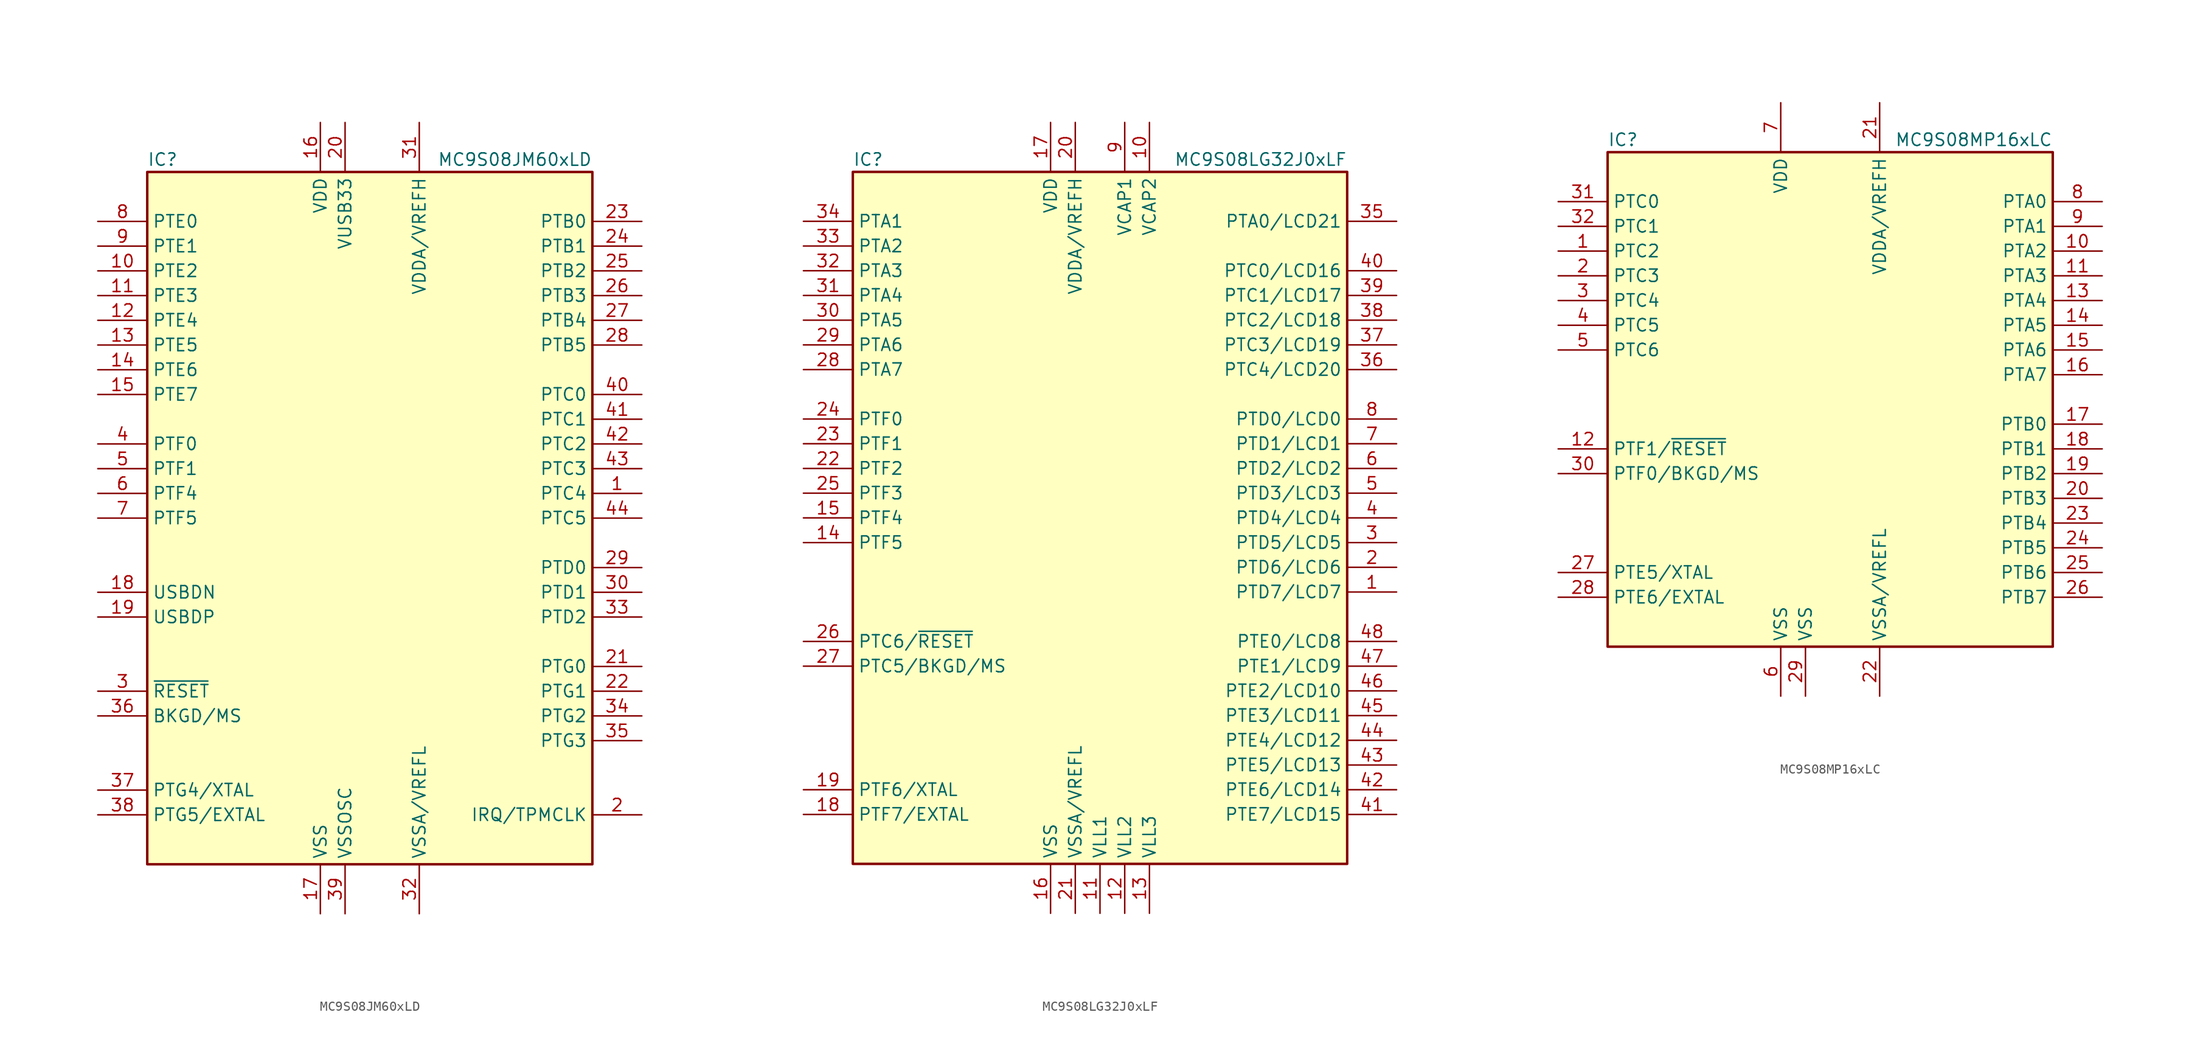
<source format=kicad_sym>
(kicad_symbol_lib
  (version 20220914)
  (generator kicad_symbol_editor)
  (symbol "MC9S08JM60xLD"
    (property "Reference" "IC"
      (at -22.86 36.83 0)
      (effects (font (size 1.27 1.27)) (justify left)))
    (property "Value" "MC9S08JM60xLD"
      (at 22.86 36.83 0)
      (effects (font (size 1.27 1.27)) (justify right)))
    (symbol "MC9S08JM60xLD_0_1"
      (rectangle (start -22.86 35.56) (end 22.86 -35.56) (stroke (width 0.254) (type default)) (fill (type background))))
    (symbol "MC9S08JM60xLD_1_1"
      (pin bidirectional line (at 27.94 2.54 180) (length 5.08) (name "PTC4" (effects (font (size 1.27 1.27)))) (number "1" (effects (font (size 1.27 1.27)))))
      (pin bidirectional line (at -27.94 25.4 0) (length 5.08) (name "PTE2" (effects (font (size 1.27 1.27)))) (number "10" (effects (font (size 1.27 1.27)))))
      (pin bidirectional line (at -27.94 22.86 0) (length 5.08) (name "PTE3" (effects (font (size 1.27 1.27)))) (number "11" (effects (font (size 1.27 1.27)))))
      (pin bidirectional line (at -27.94 20.32 0) (length 5.08) (name "PTE4" (effects (font (size 1.27 1.27)))) (number "12" (effects (font (size 1.27 1.27)))))
      (pin bidirectional line (at -27.94 17.78 0) (length 5.08) (name "PTE5" (effects (font (size 1.27 1.27)))) (number "13" (effects (font (size 1.27 1.27)))))
      (pin bidirectional line (at -27.94 15.24 0) (length 5.08) (name "PTE6" (effects (font (size 1.27 1.27)))) (number "14" (effects (font (size 1.27 1.27)))))
      (pin bidirectional line (at -27.94 12.7 0) (length 5.08) (name "PTE7" (effects (font (size 1.27 1.27)))) (number "15" (effects (font (size 1.27 1.27)))))
      (pin power_in line (at -5.08 40.64 270) (length 5.08) (name "VDD" (effects (font (size 1.27 1.27)))) (number "16" (effects (font (size 1.27 1.27)))))
      (pin power_in line (at -5.08 -40.64 90) (length 5.08) (name "VSS" (effects (font (size 1.27 1.27)))) (number "17" (effects (font (size 1.27 1.27)))))
      (pin bidirectional line (at -27.94 -7.62 0) (length 5.08) (name "USBDN" (effects (font (size 1.27 1.27)))) (number "18" (effects (font (size 1.27 1.27)))))
      (pin bidirectional line (at -27.94 -10.16 0) (length 5.08) (name "USBDP" (effects (font (size 1.27 1.27)))) (number "19" (effects (font (size 1.27 1.27)))))
      (pin bidirectional line (at 27.94 -30.48 180) (length 5.08) (name "IRQ/TPMCLK" (effects (font (size 1.27 1.27)))) (number "2" (effects (font (size 1.27 1.27)))))
      (pin power_out line (at -2.54 40.64 270) (length 5.08) (name "VUSB33" (effects (font (size 1.27 1.27)))) (number "20" (effects (font (size 1.27 1.27)))))
      (pin bidirectional line (at 27.94 -15.24 180) (length 5.08) (name "PTG0" (effects (font (size 1.27 1.27)))) (number "21" (effects (font (size 1.27 1.27)))))
      (pin bidirectional line (at 27.94 -17.78 180) (length 5.08) (name "PTG1" (effects (font (size 1.27 1.27)))) (number "22" (effects (font (size 1.27 1.27)))))
      (pin bidirectional line (at 27.94 30.48 180) (length 5.08) (name "PTB0" (effects (font (size 1.27 1.27)))) (number "23" (effects (font (size 1.27 1.27)))))
      (pin bidirectional line (at 27.94 27.94 180) (length 5.08) (name "PTB1" (effects (font (size 1.27 1.27)))) (number "24" (effects (font (size 1.27 1.27)))))
      (pin bidirectional line (at 27.94 25.4 180) (length 5.08) (name "PTB2" (effects (font (size 1.27 1.27)))) (number "25" (effects (font (size 1.27 1.27)))))
      (pin bidirectional line (at 27.94 22.86 180) (length 5.08) (name "PTB3" (effects (font (size 1.27 1.27)))) (number "26" (effects (font (size 1.27 1.27)))))
      (pin bidirectional line (at 27.94 20.32 180) (length 5.08) (name "PTB4" (effects (font (size 1.27 1.27)))) (number "27" (effects (font (size 1.27 1.27)))))
      (pin bidirectional line (at 27.94 17.78 180) (length 5.08) (name "PTB5" (effects (font (size 1.27 1.27)))) (number "28" (effects (font (size 1.27 1.27)))))
      (pin bidirectional line (at 27.94 -5.08 180) (length 5.08) (name "PTD0" (effects (font (size 1.27 1.27)))) (number "29" (effects (font (size 1.27 1.27)))))
      (pin input line (at -27.94 -17.78 0) (length 5.08) (name "~{RESET}" (effects (font (size 1.27 1.27)))) (number "3" (effects (font (size 1.27 1.27)))))
      (pin bidirectional line (at 27.94 -7.62 180) (length 5.08) (name "PTD1" (effects (font (size 1.27 1.27)))) (number "30" (effects (font (size 1.27 1.27)))))
      (pin power_in line (at 5.08 40.64 270) (length 5.08) (name "VDDA/VREFH" (effects (font (size 1.27 1.27)))) (number "31" (effects (font (size 1.27 1.27)))))
      (pin power_in line (at 5.08 -40.64 90) (length 5.08) (name "VSSA/VREFL" (effects (font (size 1.27 1.27)))) (number "32" (effects (font (size 1.27 1.27)))))
      (pin bidirectional line (at 27.94 -10.16 180) (length 5.08) (name "PTD2" (effects (font (size 1.27 1.27)))) (number "33" (effects (font (size 1.27 1.27)))))
      (pin bidirectional line (at 27.94 -20.32 180) (length 5.08) (name "PTG2" (effects (font (size 1.27 1.27)))) (number "34" (effects (font (size 1.27 1.27)))))
      (pin bidirectional line (at 27.94 -22.86 180) (length 5.08) (name "PTG3" (effects (font (size 1.27 1.27)))) (number "35" (effects (font (size 1.27 1.27)))))
      (pin bidirectional line (at -27.94 -20.32 0) (length 5.08) (name "BKGD/MS" (effects (font (size 1.27 1.27)))) (number "36" (effects (font (size 1.27 1.27)))))
      (pin bidirectional line (at -27.94 -27.94 0) (length 5.08) (name "PTG4/XTAL" (effects (font (size 1.27 1.27)))) (number "37" (effects (font (size 1.27 1.27)))))
      (pin bidirectional line (at -27.94 -30.48 0) (length 5.08) (name "PTG5/EXTAL" (effects (font (size 1.27 1.27)))) (number "38" (effects (font (size 1.27 1.27)))))
      (pin power_in line (at -2.54 -40.64 90) (length 5.08) (name "VSSOSC" (effects (font (size 1.27 1.27)))) (number "39" (effects (font (size 1.27 1.27)))))
      (pin bidirectional line (at -27.94 7.62 0) (length 5.08) (name "PTF0" (effects (font (size 1.27 1.27)))) (number "4" (effects (font (size 1.27 1.27)))))
      (pin bidirectional line (at 27.94 12.7 180) (length 5.08) (name "PTC0" (effects (font (size 1.27 1.27)))) (number "40" (effects (font (size 1.27 1.27)))))
      (pin bidirectional line (at 27.94 10.16 180) (length 5.08) (name "PTC1" (effects (font (size 1.27 1.27)))) (number "41" (effects (font (size 1.27 1.27)))))
      (pin bidirectional line (at 27.94 7.62 180) (length 5.08) (name "PTC2" (effects (font (size 1.27 1.27)))) (number "42" (effects (font (size 1.27 1.27)))))
      (pin bidirectional line (at 27.94 5.08 180) (length 5.08) (name "PTC3" (effects (font (size 1.27 1.27)))) (number "43" (effects (font (size 1.27 1.27)))))
      (pin bidirectional line (at 27.94 0 180) (length 5.08) (name "PTC5" (effects (font (size 1.27 1.27)))) (number "44" (effects (font (size 1.27 1.27)))))
      (pin bidirectional line (at -27.94 5.08 0) (length 5.08) (name "PTF1" (effects (font (size 1.27 1.27)))) (number "5" (effects (font (size 1.27 1.27)))))
      (pin bidirectional line (at -27.94 2.54 0) (length 5.08) (name "PTF4" (effects (font (size 1.27 1.27)))) (number "6" (effects (font (size 1.27 1.27)))))
      (pin bidirectional line (at -27.94 0 0) (length 5.08) (name "PTF5" (effects (font (size 1.27 1.27)))) (number "7" (effects (font (size 1.27 1.27)))))
      (pin bidirectional line (at -27.94 30.48 0) (length 5.08) (name "PTE0" (effects (font (size 1.27 1.27)))) (number "8" (effects (font (size 1.27 1.27)))))
      (pin bidirectional line (at -27.94 27.94 0) (length 5.08) (name "PTE1" (effects (font (size 1.27 1.27)))) (number "9" (effects (font (size 1.27 1.27)))))))
  (symbol "MC9S08LG32J0xLF"
    (property "Reference" "IC"
      (at -25.4 36.83 0)
      (effects (font (size 1.27 1.27)) (justify left)))
    (property "Value" "MC9S08LG32J0xLF"
      (at 25.4 36.83 0)
      (effects (font (size 1.27 1.27)) (justify right)))
    (symbol "MC9S08LG32J0xLF_0_1"
      (rectangle (start -25.4 35.56) (end 25.4 -35.56) (stroke (width 0.254) (type default)) (fill (type background))))
    (symbol "MC9S08LG32J0xLF_1_1"
      (pin bidirectional line (at 30.48 -7.62 180) (length 5.08) (name "PTD7/LCD7" (effects (font (size 1.27 1.27)))) (number "1" (effects (font (size 1.27 1.27)))))
      (pin power_in line (at 5.08 40.64 270) (length 5.08) (name "VCAP2" (effects (font (size 1.27 1.27)))) (number "10" (effects (font (size 1.27 1.27)))))
      (pin power_in line (at 0 -40.64 90) (length 5.08) (name "VLL1" (effects (font (size 1.27 1.27)))) (number "11" (effects (font (size 1.27 1.27)))))
      (pin power_in line (at 2.54 -40.64 90) (length 5.08) (name "VLL2" (effects (font (size 1.27 1.27)))) (number "12" (effects (font (size 1.27 1.27)))))
      (pin power_in line (at 5.08 -40.64 90) (length 5.08) (name "VLL3" (effects (font (size 1.27 1.27)))) (number "13" (effects (font (size 1.27 1.27)))))
      (pin bidirectional line (at -30.48 -2.54 0) (length 5.08) (name "PTF5" (effects (font (size 1.27 1.27)))) (number "14" (effects (font (size 1.27 1.27)))))
      (pin bidirectional line (at -30.48 0 0) (length 5.08) (name "PTF4" (effects (font (size 1.27 1.27)))) (number "15" (effects (font (size 1.27 1.27)))))
      (pin power_in line (at -5.08 -40.64 90) (length 5.08) (name "VSS" (effects (font (size 1.27 1.27)))) (number "16" (effects (font (size 1.27 1.27)))))
      (pin power_in line (at -5.08 40.64 270) (length 5.08) (name "VDD" (effects (font (size 1.27 1.27)))) (number "17" (effects (font (size 1.27 1.27)))))
      (pin bidirectional line (at -30.48 -30.48 0) (length 5.08) (name "PTF7/EXTAL" (effects (font (size 1.27 1.27)))) (number "18" (effects (font (size 1.27 1.27)))))
      (pin bidirectional line (at -30.48 -27.94 0) (length 5.08) (name "PTF6/XTAL" (effects (font (size 1.27 1.27)))) (number "19" (effects (font (size 1.27 1.27)))))
      (pin bidirectional line (at 30.48 -5.08 180) (length 5.08) (name "PTD6/LCD6" (effects (font (size 1.27 1.27)))) (number "2" (effects (font (size 1.27 1.27)))))
      (pin power_in line (at -2.54 40.64 270) (length 5.08) (name "VDDA/VREFH" (effects (font (size 1.27 1.27)))) (number "20" (effects (font (size 1.27 1.27)))))
      (pin power_in line (at -2.54 -40.64 90) (length 5.08) (name "VSSA/VREFL" (effects (font (size 1.27 1.27)))) (number "21" (effects (font (size 1.27 1.27)))))
      (pin bidirectional line (at -30.48 5.08 0) (length 5.08) (name "PTF2" (effects (font (size 1.27 1.27)))) (number "22" (effects (font (size 1.27 1.27)))))
      (pin bidirectional line (at -30.48 7.62 0) (length 5.08) (name "PTF1" (effects (font (size 1.27 1.27)))) (number "23" (effects (font (size 1.27 1.27)))))
      (pin bidirectional line (at -30.48 10.16 0) (length 5.08) (name "PTF0" (effects (font (size 1.27 1.27)))) (number "24" (effects (font (size 1.27 1.27)))))
      (pin bidirectional line (at -30.48 2.54 0) (length 5.08) (name "PTF3" (effects (font (size 1.27 1.27)))) (number "25" (effects (font (size 1.27 1.27)))))
      (pin bidirectional line (at -30.48 -12.7 0) (length 5.08) (name "PTC6/~{RESET}" (effects (font (size 1.27 1.27)))) (number "26" (effects (font (size 1.27 1.27)))))
      (pin bidirectional line (at -30.48 -15.24 0) (length 5.08) (name "PTC5/BKGD/MS" (effects (font (size 1.27 1.27)))) (number "27" (effects (font (size 1.27 1.27)))))
      (pin bidirectional line (at -30.48 15.24 0) (length 5.08) (name "PTA7" (effects (font (size 1.27 1.27)))) (number "28" (effects (font (size 1.27 1.27)))))
      (pin bidirectional line (at -30.48 17.78 0) (length 5.08) (name "PTA6" (effects (font (size 1.27 1.27)))) (number "29" (effects (font (size 1.27 1.27)))))
      (pin bidirectional line (at 30.48 -2.54 180) (length 5.08) (name "PTD5/LCD5" (effects (font (size 1.27 1.27)))) (number "3" (effects (font (size 1.27 1.27)))))
      (pin bidirectional line (at -30.48 20.32 0) (length 5.08) (name "PTA5" (effects (font (size 1.27 1.27)))) (number "30" (effects (font (size 1.27 1.27)))))
      (pin bidirectional line (at -30.48 22.86 0) (length 5.08) (name "PTA4" (effects (font (size 1.27 1.27)))) (number "31" (effects (font (size 1.27 1.27)))))
      (pin bidirectional line (at -30.48 25.4 0) (length 5.08) (name "PTA3" (effects (font (size 1.27 1.27)))) (number "32" (effects (font (size 1.27 1.27)))))
      (pin bidirectional line (at -30.48 27.94 0) (length 5.08) (name "PTA2" (effects (font (size 1.27 1.27)))) (number "33" (effects (font (size 1.27 1.27)))))
      (pin bidirectional line (at -30.48 30.48 0) (length 5.08) (name "PTA1" (effects (font (size 1.27 1.27)))) (number "34" (effects (font (size 1.27 1.27)))))
      (pin bidirectional line (at 30.48 30.48 180) (length 5.08) (name "PTA0/LCD21" (effects (font (size 1.27 1.27)))) (number "35" (effects (font (size 1.27 1.27)))))
      (pin bidirectional line (at 30.48 15.24 180) (length 5.08) (name "PTC4/LCD20" (effects (font (size 1.27 1.27)))) (number "36" (effects (font (size 1.27 1.27)))))
      (pin bidirectional line (at 30.48 17.78 180) (length 5.08) (name "PTC3/LCD19" (effects (font (size 1.27 1.27)))) (number "37" (effects (font (size 1.27 1.27)))))
      (pin bidirectional line (at 30.48 20.32 180) (length 5.08) (name "PTC2/LCD18" (effects (font (size 1.27 1.27)))) (number "38" (effects (font (size 1.27 1.27)))))
      (pin bidirectional line (at 30.48 22.86 180) (length 5.08) (name "PTC1/LCD17" (effects (font (size 1.27 1.27)))) (number "39" (effects (font (size 1.27 1.27)))))
      (pin bidirectional line (at 30.48 0 180) (length 5.08) (name "PTD4/LCD4" (effects (font (size 1.27 1.27)))) (number "4" (effects (font (size 1.27 1.27)))))
      (pin bidirectional line (at 30.48 25.4 180) (length 5.08) (name "PTC0/LCD16" (effects (font (size 1.27 1.27)))) (number "40" (effects (font (size 1.27 1.27)))))
      (pin bidirectional line (at 30.48 -30.48 180) (length 5.08) (name "PTE7/LCD15" (effects (font (size 1.27 1.27)))) (number "41" (effects (font (size 1.27 1.27)))))
      (pin bidirectional line (at 30.48 -27.94 180) (length 5.08) (name "PTE6/LCD14" (effects (font (size 1.27 1.27)))) (number "42" (effects (font (size 1.27 1.27)))))
      (pin bidirectional line (at 30.48 -25.4 180) (length 5.08) (name "PTE5/LCD13" (effects (font (size 1.27 1.27)))) (number "43" (effects (font (size 1.27 1.27)))))
      (pin bidirectional line (at 30.48 -22.86 180) (length 5.08) (name "PTE4/LCD12" (effects (font (size 1.27 1.27)))) (number "44" (effects (font (size 1.27 1.27)))))
      (pin bidirectional line (at 30.48 -20.32 180) (length 5.08) (name "PTE3/LCD11" (effects (font (size 1.27 1.27)))) (number "45" (effects (font (size 1.27 1.27)))))
      (pin bidirectional line (at 30.48 -17.78 180) (length 5.08) (name "PTE2/LCD10" (effects (font (size 1.27 1.27)))) (number "46" (effects (font (size 1.27 1.27)))))
      (pin bidirectional line (at 30.48 -15.24 180) (length 5.08) (name "PTE1/LCD9" (effects (font (size 1.27 1.27)))) (number "47" (effects (font (size 1.27 1.27)))))
      (pin bidirectional line (at 30.48 -12.7 180) (length 5.08) (name "PTE0/LCD8" (effects (font (size 1.27 1.27)))) (number "48" (effects (font (size 1.27 1.27)))))
      (pin bidirectional line (at 30.48 2.54 180) (length 5.08) (name "PTD3/LCD3" (effects (font (size 1.27 1.27)))) (number "5" (effects (font (size 1.27 1.27)))))
      (pin bidirectional line (at 30.48 5.08 180) (length 5.08) (name "PTD2/LCD2" (effects (font (size 1.27 1.27)))) (number "6" (effects (font (size 1.27 1.27)))))
      (pin bidirectional line (at 30.48 7.62 180) (length 5.08) (name "PTD1/LCD1" (effects (font (size 1.27 1.27)))) (number "7" (effects (font (size 1.27 1.27)))))
      (pin bidirectional line (at 30.48 10.16 180) (length 5.08) (name "PTD0/LCD0" (effects (font (size 1.27 1.27)))) (number "8" (effects (font (size 1.27 1.27)))))
      (pin power_in line (at 2.54 40.64 270) (length 5.08) (name "VCAP1" (effects (font (size 1.27 1.27)))) (number "9" (effects (font (size 1.27 1.27)))))))
  (symbol "MC9S08MP16xLC"
    (property "Reference" "IC"
      (at -22.86 26.67 0)
      (effects (font (size 1.27 1.27)) (justify left)))
    (property "Value" "MC9S08MP16xLC"
      (at 22.86 26.67 0)
      (effects (font (size 1.27 1.27)) (justify right)))
    (symbol "MC9S08MP16xLC_0_1"
      (rectangle (start -22.86 25.4) (end 22.86 -25.4) (stroke (width 0.254) (type default)) (fill (type background))))
    (symbol "MC9S08MP16xLC_1_1"
      (pin bidirectional line (at -27.94 15.24 0) (length 5.08) (name "PTC2" (effects (font (size 1.27 1.27)))) (number "1" (effects (font (size 1.27 1.27)))))
      (pin bidirectional line (at 27.94 15.24 180) (length 5.08) (name "PTA2" (effects (font (size 1.27 1.27)))) (number "10" (effects (font (size 1.27 1.27)))))
      (pin bidirectional line (at 27.94 12.7 180) (length 5.08) (name "PTA3" (effects (font (size 1.27 1.27)))) (number "11" (effects (font (size 1.27 1.27)))))
      (pin bidirectional line (at -27.94 -5.08 0) (length 5.08) (name "PTF1/~{RESET}" (effects (font (size 1.27 1.27)))) (number "12" (effects (font (size 1.27 1.27)))))
      (pin bidirectional line (at 27.94 10.16 180) (length 5.08) (name "PTA4" (effects (font (size 1.27 1.27)))) (number "13" (effects (font (size 1.27 1.27)))))
      (pin bidirectional line (at 27.94 7.62 180) (length 5.08) (name "PTA5" (effects (font (size 1.27 1.27)))) (number "14" (effects (font (size 1.27 1.27)))))
      (pin bidirectional line (at 27.94 5.08 180) (length 5.08) (name "PTA6" (effects (font (size 1.27 1.27)))) (number "15" (effects (font (size 1.27 1.27)))))
      (pin bidirectional line (at 27.94 2.54 180) (length 5.08) (name "PTA7" (effects (font (size 1.27 1.27)))) (number "16" (effects (font (size 1.27 1.27)))))
      (pin bidirectional line (at 27.94 -2.54 180) (length 5.08) (name "PTB0" (effects (font (size 1.27 1.27)))) (number "17" (effects (font (size 1.27 1.27)))))
      (pin bidirectional line (at 27.94 -5.08 180) (length 5.08) (name "PTB1" (effects (font (size 1.27 1.27)))) (number "18" (effects (font (size 1.27 1.27)))))
      (pin bidirectional line (at 27.94 -7.62 180) (length 5.08) (name "PTB2" (effects (font (size 1.27 1.27)))) (number "19" (effects (font (size 1.27 1.27)))))
      (pin bidirectional line (at -27.94 12.7 0) (length 5.08) (name "PTC3" (effects (font (size 1.27 1.27)))) (number "2" (effects (font (size 1.27 1.27)))))
      (pin bidirectional line (at 27.94 -10.16 180) (length 5.08) (name "PTB3" (effects (font (size 1.27 1.27)))) (number "20" (effects (font (size 1.27 1.27)))))
      (pin power_in line (at 5.08 30.48 270) (length 5.08) (name "VDDA/VREFH" (effects (font (size 1.27 1.27)))) (number "21" (effects (font (size 1.27 1.27)))))
      (pin power_in line (at 5.08 -30.48 90) (length 5.08) (name "VSSA/VREFL" (effects (font (size 1.27 1.27)))) (number "22" (effects (font (size 1.27 1.27)))))
      (pin bidirectional line (at 27.94 -12.7 180) (length 5.08) (name "PTB4" (effects (font (size 1.27 1.27)))) (number "23" (effects (font (size 1.27 1.27)))))
      (pin bidirectional line (at 27.94 -15.24 180) (length 5.08) (name "PTB5" (effects (font (size 1.27 1.27)))) (number "24" (effects (font (size 1.27 1.27)))))
      (pin bidirectional line (at 27.94 -17.78 180) (length 5.08) (name "PTB6" (effects (font (size 1.27 1.27)))) (number "25" (effects (font (size 1.27 1.27)))))
      (pin bidirectional line (at 27.94 -20.32 180) (length 5.08) (name "PTB7" (effects (font (size 1.27 1.27)))) (number "26" (effects (font (size 1.27 1.27)))))
      (pin bidirectional line (at -27.94 -17.78 0) (length 5.08) (name "PTE5/XTAL" (effects (font (size 1.27 1.27)))) (number "27" (effects (font (size 1.27 1.27)))))
      (pin bidirectional line (at -27.94 -20.32 0) (length 5.08) (name "PTE6/EXTAL" (effects (font (size 1.27 1.27)))) (number "28" (effects (font (size 1.27 1.27)))))
      (pin power_in line (at -2.54 -30.48 90) (length 5.08) (name "VSS" (effects (font (size 1.27 1.27)))) (number "29" (effects (font (size 1.27 1.27)))))
      (pin bidirectional line (at -27.94 10.16 0) (length 5.08) (name "PTC4" (effects (font (size 1.27 1.27)))) (number "3" (effects (font (size 1.27 1.27)))))
      (pin bidirectional line (at -27.94 -7.62 0) (length 5.08) (name "PTF0/BKGD/MS" (effects (font (size 1.27 1.27)))) (number "30" (effects (font (size 1.27 1.27)))))
      (pin bidirectional line (at -27.94 20.32 0) (length 5.08) (name "PTC0" (effects (font (size 1.27 1.27)))) (number "31" (effects (font (size 1.27 1.27)))))
      (pin bidirectional line (at -27.94 17.78 0) (length 5.08) (name "PTC1" (effects (font (size 1.27 1.27)))) (number "32" (effects (font (size 1.27 1.27)))))
      (pin bidirectional line (at -27.94 7.62 0) (length 5.08) (name "PTC5" (effects (font (size 1.27 1.27)))) (number "4" (effects (font (size 1.27 1.27)))))
      (pin bidirectional line (at -27.94 5.08 0) (length 5.08) (name "PTC6" (effects (font (size 1.27 1.27)))) (number "5" (effects (font (size 1.27 1.27)))))
      (pin power_in line (at -5.08 -30.48 90) (length 5.08) (name "VSS" (effects (font (size 1.27 1.27)))) (number "6" (effects (font (size 1.27 1.27)))))
      (pin power_in line (at -5.08 30.48 270) (length 5.08) (name "VDD" (effects (font (size 1.27 1.27)))) (number "7" (effects (font (size 1.27 1.27)))))
      (pin bidirectional line (at 27.94 20.32 180) (length 5.08) (name "PTA0" (effects (font (size 1.27 1.27)))) (number "8" (effects (font (size 1.27 1.27)))))
      (pin bidirectional line (at 27.94 17.78 180) (length 5.08) (name "PTA1" (effects (font (size 1.27 1.27)))) (number "9" (effects (font (size 1.27 1.27))))))))
</source>
